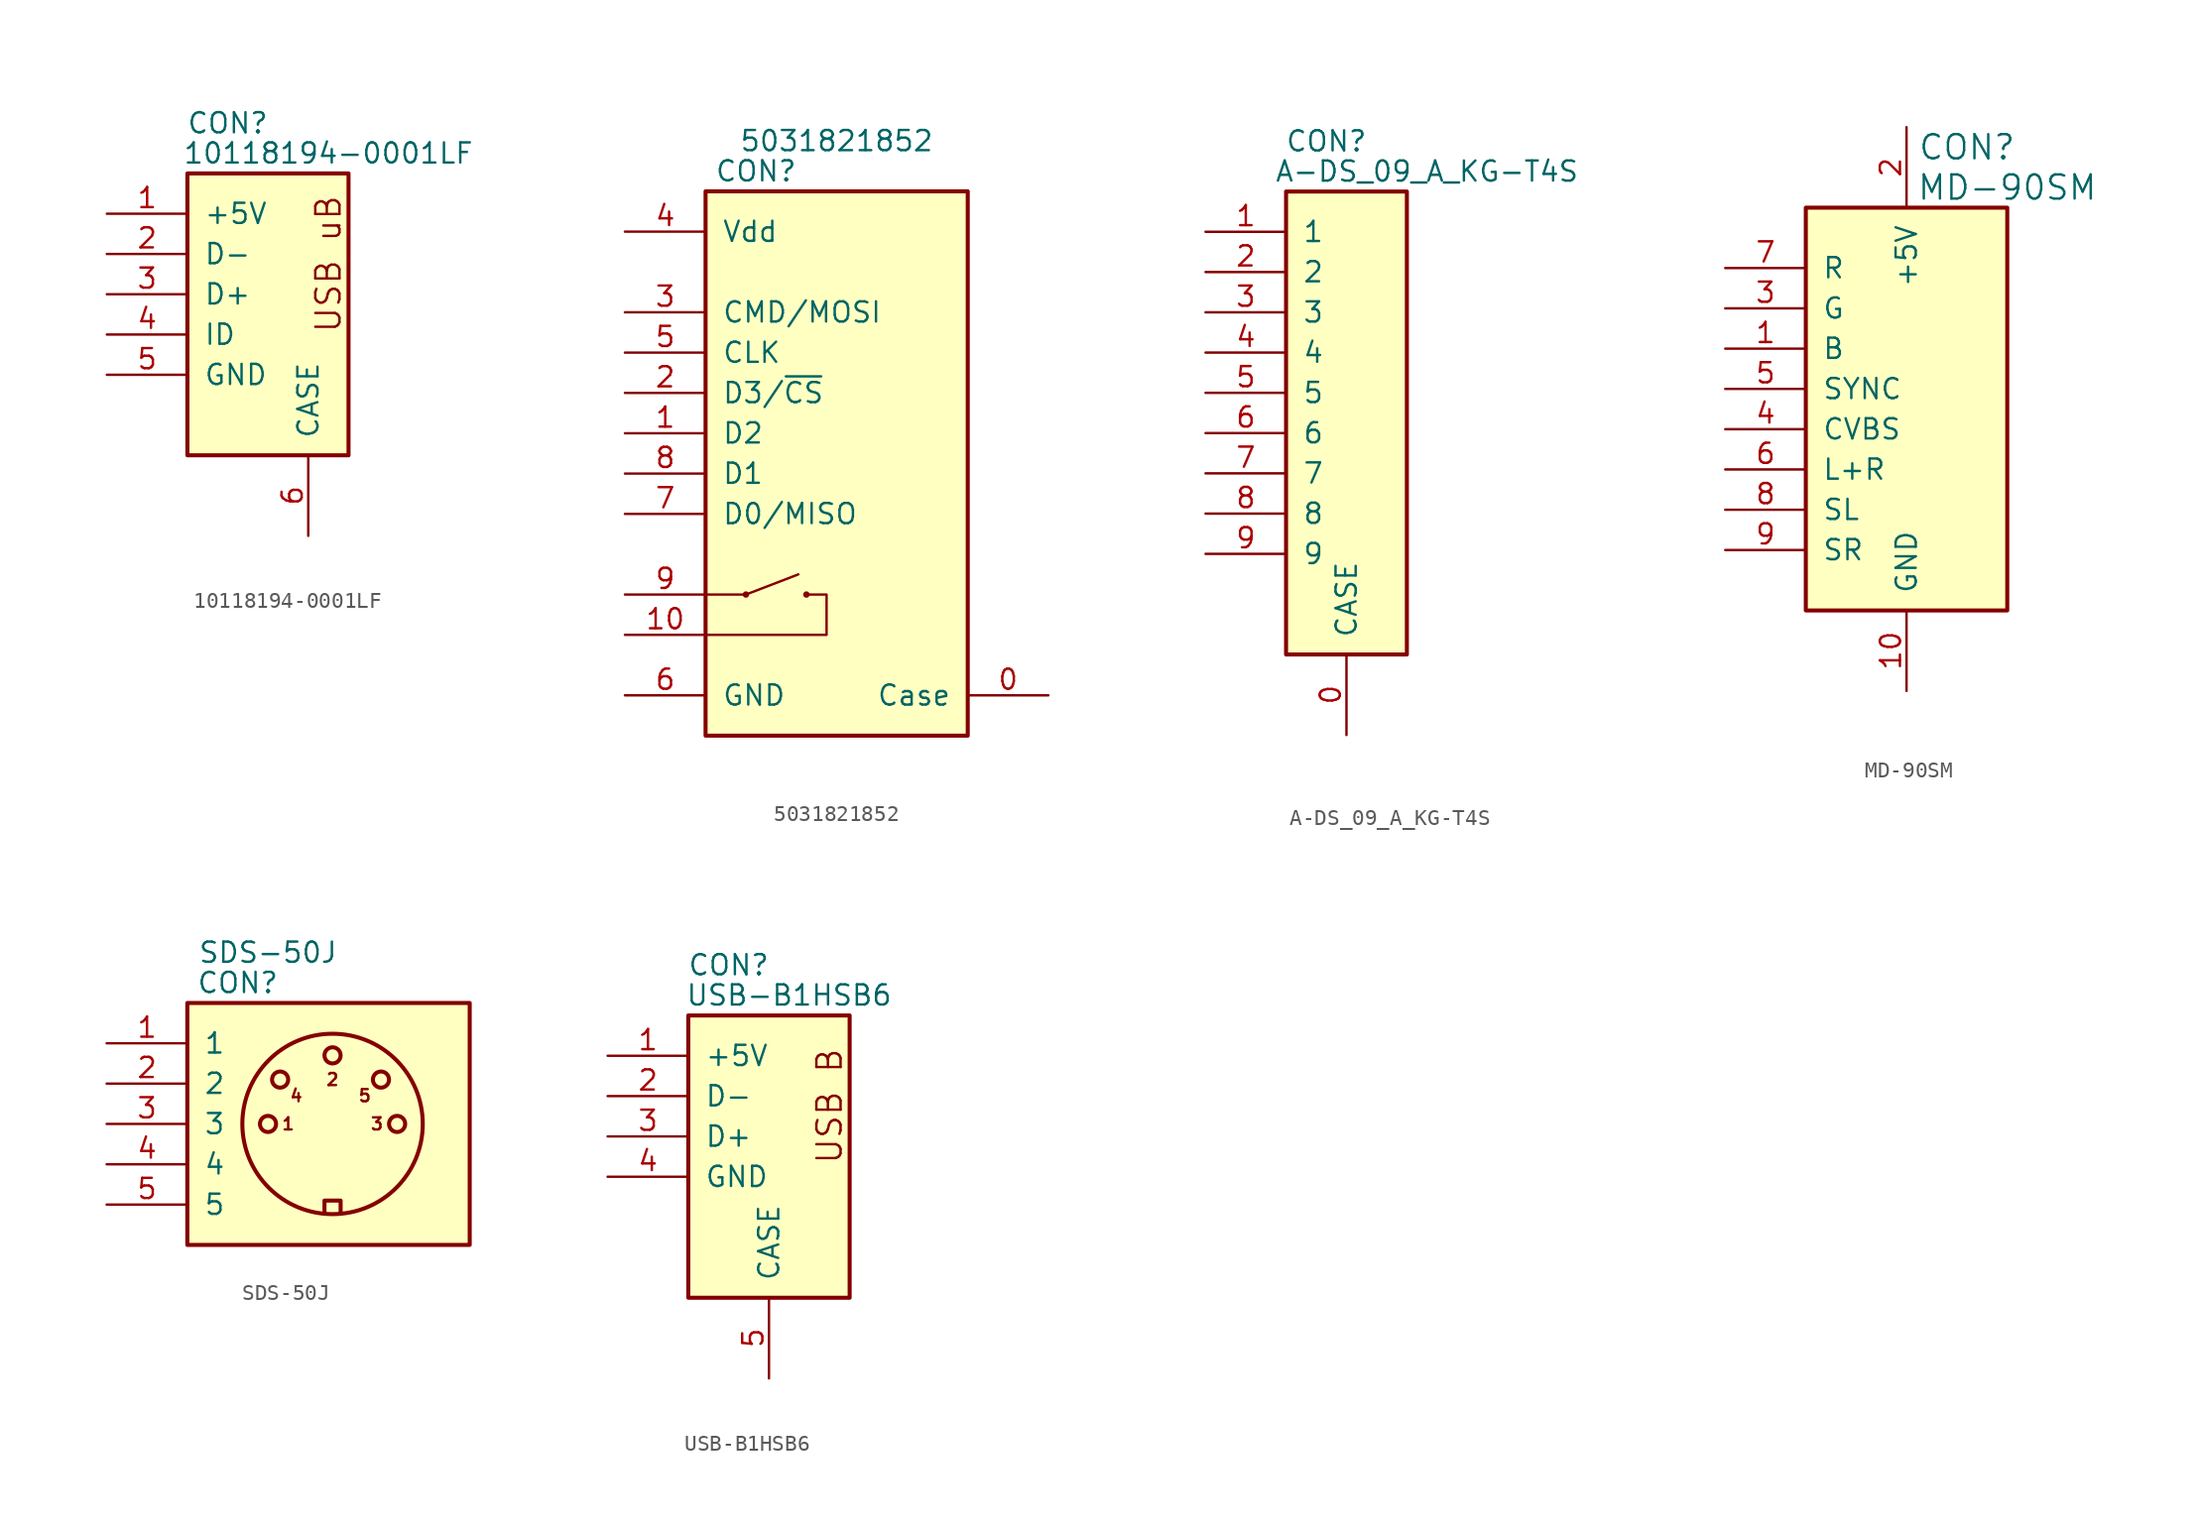
<source format=kicad_sym>
(kicad_symbol_lib
  (version 20220914)
  (generator kicad_symbol_editor)
  (symbol "10118194-0001LF"
    (pin_names
      (offset 1.016))
    (property "Reference" "CON"
      (at 2.54 3.175 0)
      (effects (font (size 1.27 1.27))))
    (property "Value" "10118194-0001LF"
      (at 8.89 1.27 0)
      (effects (font (size 1.27 1.27))))
    (symbol "10118194-0001LF_0_0"
      (rectangle (start 0 0) (end 10.16 -17.78) (stroke (width 0.254) (type default)) (fill (type background)))
      (text "USB uB" (at 8.89 -5.715 900) (effects (font (size 1.524 1.524)))))
    (symbol "10118194-0001LF_1_1"
      (pin passive line (at -5.08 -2.54 0) (length 5.08) (name "+5V" (effects (font (size 1.27 1.27)))) (number "1" (effects (font (size 1.27 1.27)))))
      (pin passive line (at -5.08 -5.08 0) (length 5.08) (name "D-" (effects (font (size 1.27 1.27)))) (number "2" (effects (font (size 1.27 1.27)))))
      (pin passive line (at -5.08 -7.62 0) (length 5.08) (name "D+" (effects (font (size 1.27 1.27)))) (number "3" (effects (font (size 1.27 1.27)))))
      (pin passive line (at -5.08 -10.16 0) (length 5.08) (name "ID" (effects (font (size 1.27 1.27)))) (number "4" (effects (font (size 1.27 1.27)))))
      (pin passive line (at -5.08 -12.7 0) (length 5.08) (name "GND" (effects (font (size 1.27 1.27)))) (number "5" (effects (font (size 1.27 1.27)))))
      (pin passive line (at 7.62 -22.86 90) (length 5.08) (name "CASE" (effects (font (size 1.27 1.27)))) (number "6" (effects (font (size 1.27 1.27)))))))
  (symbol "5031821852"
    (pin_names
      (offset 1.016))
    (property "Reference" "CON"
      (at 3.175 1.27 0)
      (effects (font (size 1.27 1.27))))
    (property "Value" "5031821852"
      (at 8.255 3.175 0)
      (effects (font (size 1.27 1.27))))
    (symbol "5031821852_0_1"
      (polyline (pts (xy 0 -25.4) (xy 2.54 -25.4)) (stroke (width 0) (type default)) (fill (type none)))
      (polyline (pts (xy 2.54 -25.4) (xy 5.842 -24.13)) (stroke (width 0) (type default)) (fill (type none)))
      (polyline (pts (xy 0 -27.94) (xy 7.62 -27.94) (xy 7.62 -25.4) (xy 6.35 -25.4)) (stroke (width 0) (type default)) (fill (type none)))
      (rectangle (start 0 0) (end 16.51 -34.29) (stroke (width 0.254) (type default)) (fill (type background)))
      (circle (center 2.54 -25.4) (radius 0.127) (stroke (width 0) (type default)) (fill (type none)))
      (circle (center 6.35 -25.4) (radius 0.127) (stroke (width 0) (type default)) (fill (type none))))
    (symbol "5031821852_1_1"
      (pin passive line (at 21.59 -31.75 180) (length 5.08) (name "Case" (effects (font (size 1.27 1.27)))) (number "0" (effects (font (size 1.27 1.27)))))
      (pin bidirectional line (at -5.08 -15.24 0) (length 5.08) (name "D2" (effects (font (size 1.27 1.27)))) (number "1" (effects (font (size 1.27 1.27)))))
      (pin passive line (at -5.08 -27.94 0) (length 5.08) (name "~" (effects (font (size 1.27 1.27)))) (number "10" (effects (font (size 1.27 1.27)))))
      (pin bidirectional line (at -5.08 -12.7 0) (length 5.08) (name "D3/~{CS}" (effects (font (size 1.27 1.27)))) (number "2" (effects (font (size 1.27 1.27)))))
      (pin input line (at -5.08 -7.62 0) (length 5.08) (name "CMD/MOSI" (effects (font (size 1.27 1.27)))) (number "3" (effects (font (size 1.27 1.27)))))
      (pin power_in line (at -5.08 -2.54 0) (length 5.08) (name "Vdd" (effects (font (size 1.27 1.27)))) (number "4" (effects (font (size 1.27 1.27)))))
      (pin input line (at -5.08 -10.16 0) (length 5.08) (name "CLK" (effects (font (size 1.27 1.27)))) (number "5" (effects (font (size 1.27 1.27)))))
      (pin power_in line (at -5.08 -31.75 0) (length 5.08) (name "GND" (effects (font (size 1.27 1.27)))) (number "6" (effects (font (size 1.27 1.27)))))
      (pin bidirectional line (at -5.08 -20.32 0) (length 5.08) (name "D0/MISO" (effects (font (size 1.27 1.27)))) (number "7" (effects (font (size 1.27 1.27)))))
      (pin bidirectional line (at -5.08 -17.78 0) (length 5.08) (name "D1" (effects (font (size 1.27 1.27)))) (number "8" (effects (font (size 1.27 1.27)))))
      (pin passive line (at -5.08 -25.4 0) (length 5.08) (name "~" (effects (font (size 1.27 1.27)))) (number "9" (effects (font (size 1.27 1.27)))))))
  (symbol "A-DS_09_A_KG-T4S"
    (pin_names
      (offset 1.016))
    (property "Reference" "CON"
      (at 2.54 3.175 0)
      (effects (font (size 1.27 1.27))))
    (property "Value" "A-DS_09_A_KG-T4S"
      (at 8.89 1.27 0)
      (effects (font (size 1.27 1.27))))
    (symbol "A-DS_09_A_KG-T4S_0_0"
      (rectangle (start 0 0) (end 7.62 -29.21) (stroke (width 0.254) (type default)) (fill (type background))))
    (symbol "A-DS_09_A_KG-T4S_1_1"
      (pin power_in line (at 3.81 -34.29 90) (length 5.08) (name "CASE" (effects (font (size 1.27 1.27)))) (number "0" (effects (font (size 1.27 1.27)))))
      (pin passive line (at -5.08 -2.54 0) (length 5.08) (name "1" (effects (font (size 1.27 1.27)))) (number "1" (effects (font (size 1.27 1.27)))))
      (pin passive line (at -5.08 -5.08 0) (length 5.08) (name "2" (effects (font (size 1.27 1.27)))) (number "2" (effects (font (size 1.27 1.27)))))
      (pin passive line (at -5.08 -7.62 0) (length 5.08) (name "3" (effects (font (size 1.27 1.27)))) (number "3" (effects (font (size 1.27 1.27)))))
      (pin passive line (at -5.08 -10.16 0) (length 5.08) (name "4" (effects (font (size 1.27 1.27)))) (number "4" (effects (font (size 1.27 1.27)))))
      (pin passive line (at -5.08 -12.7 0) (length 5.08) (name "5" (effects (font (size 1.27 1.27)))) (number "5" (effects (font (size 1.27 1.27)))))
      (pin passive line (at -5.08 -15.24 0) (length 5.08) (name "6" (effects (font (size 1.27 1.27)))) (number "6" (effects (font (size 1.27 1.27)))))
      (pin passive line (at -5.08 -17.78 0) (length 5.08) (name "7" (effects (font (size 1.27 1.27)))) (number "7" (effects (font (size 1.27 1.27)))))
      (pin passive line (at -5.08 -20.32 0) (length 5.08) (name "8" (effects (font (size 1.27 1.27)))) (number "8" (effects (font (size 1.27 1.27)))))
      (pin passive line (at -5.08 -22.86 0) (length 5.08) (name "9" (effects (font (size 1.27 1.27)))) (number "9" (effects (font (size 1.27 1.27)))))))
  (symbol "MD-90SM"
    (pin_names
      (offset 1.016))
    (property "Reference" "CON"
      (at 10.16 3.81 0)
      (effects (font (size 1.524 1.524))))
    (property "Value" "MD-90SM"
      (at 12.7 1.27 0)
      (effects (font (size 1.524 1.524))))
    (symbol "MD-90SM_0_1"
      (rectangle (start 0 0) (end 12.7 -25.4) (stroke (width 0.254) (type default)) (fill (type background))))
    (symbol "MD-90SM_1_1"
      (pin input line (at -5.08 -8.89 0) (length 5.08) (name "B" (effects (font (size 1.27 1.27)))) (number "1" (effects (font (size 1.27 1.27)))))
      (pin power_in line (at 6.35 -30.48 90) (length 5.08) (name "GND" (effects (font (size 1.27 1.27)))) (number "10" (effects (font (size 1.27 1.27)))))
      (pin power_in line (at 6.35 5.08 270) (length 5.08) (name "+5V" (effects (font (size 1.27 1.27)))) (number "2" (effects (font (size 1.27 1.27)))))
      (pin input line (at -5.08 -6.35 0) (length 5.08) (name "G" (effects (font (size 1.27 1.27)))) (number "3" (effects (font (size 1.27 1.27)))))
      (pin input line (at -5.08 -13.97 0) (length 5.08) (name "CVBS" (effects (font (size 1.27 1.27)))) (number "4" (effects (font (size 1.27 1.27)))))
      (pin input line (at -5.08 -11.43 0) (length 5.08) (name "SYNC" (effects (font (size 1.27 1.27)))) (number "5" (effects (font (size 1.27 1.27)))))
      (pin input line (at -5.08 -16.51 0) (length 5.08) (name "L+R" (effects (font (size 1.27 1.27)))) (number "6" (effects (font (size 1.27 1.27)))))
      (pin input line (at -5.08 -3.81 0) (length 5.08) (name "R" (effects (font (size 1.27 1.27)))) (number "7" (effects (font (size 1.27 1.27)))))
      (pin input line (at -5.08 -19.05 0) (length 5.08) (name "SL" (effects (font (size 1.27 1.27)))) (number "8" (effects (font (size 1.27 1.27)))))
      (pin input line (at -5.08 -21.59 0) (length 5.08) (name "SR" (effects (font (size 1.27 1.27)))) (number "9" (effects (font (size 1.27 1.27)))))))
  (symbol "SDS-50J"
    (pin_names
      (offset 1.016))
    (property "Reference" "CON"
      (at 3.175 1.27 0)
      (effects (font (size 1.27 1.27))))
    (property "Value" "SDS-50J"
      (at 5.08 3.175 0)
      (effects (font (size 1.27 1.27))))
    (symbol "SDS-50J_0_1"
      (rectangle (start 0 0) (end 17.78 -15.24) (stroke (width 0.254) (type default)) (fill (type background))))
    (symbol "SDS-50J_1_1"
      (polyline (pts (xy 8.636 -13.208) (xy 8.636 -12.446) (xy 9.652 -12.446) (xy 9.652 -13.208)) (stroke (width 0.254) (type default)) (fill (type none)))
      (circle (center 5.08 -7.62) (radius 0.508) (stroke (width 0.254) (type default)) (fill (type none)))
      (circle (center 5.842 -4.826) (radius 0.508) (stroke (width 0.254) (type default)) (fill (type none)))
      (circle (center 9.144 -7.62) (radius 5.68) (stroke (width 0.254) (type default)) (fill (type background)))
      (circle (center 9.144 -3.302) (radius 0.508) (stroke (width 0.254) (type default)) (fill (type none)))
      (circle (center 12.192 -4.826) (radius 0.508) (stroke (width 0.254) (type default)) (fill (type none)))
      (circle (center 13.208 -7.62) (radius 0.508) (stroke (width 0.254) (type default)) (fill (type none)))
      (text "1" (at 6.35 -7.62 0) (effects (font (size 0.762 0.762))))
      (text "2" (at 9.144 -4.826 0) (effects (font (size 0.762 0.762))))
      (text "3" (at 11.938 -7.62 0) (effects (font (size 0.762 0.762))))
      (text "4\n" (at 6.858 -5.842 0) (effects (font (size 0.762 0.762))))
      (text "5" (at 11.176 -5.842 0) (effects (font (size 0.762 0.762))))
      (pin passive line (at -5.08 -2.54 0) (length 5.08) (name "1" (effects (font (size 1.27 1.27)))) (number "1" (effects (font (size 1.27 1.27)))))
      (pin passive line (at -5.08 -5.08 0) (length 5.08) (name "2" (effects (font (size 1.27 1.27)))) (number "2" (effects (font (size 1.27 1.27)))))
      (pin passive line (at -5.08 -7.62 0) (length 5.08) (name "3" (effects (font (size 1.27 1.27)))) (number "3" (effects (font (size 1.27 1.27)))))
      (pin passive line (at -5.08 -10.16 0) (length 5.08) (name "4" (effects (font (size 1.27 1.27)))) (number "4" (effects (font (size 1.27 1.27)))))
      (pin passive line (at -5.08 -12.7 0) (length 5.08) (name "5" (effects (font (size 1.27 1.27)))) (number "5" (effects (font (size 1.27 1.27)))))))
  (symbol "USB-B1HSB6"
    (pin_names
      (offset 1.016))
    (property "Reference" "CON"
      (at 2.54 3.175 0)
      (effects (font (size 1.27 1.27))))
    (property "Value" "USB-B1HSB6"
      (at 6.35 1.27 0)
      (effects (font (size 1.27 1.27))))
    (symbol "USB-B1HSB6_0_0"
      (rectangle (start 0 0) (end 10.16 -17.78) (stroke (width 0.254) (type default)) (fill (type background)))
      (text "USB B" (at 8.89 -5.715 900) (effects (font (size 1.524 1.524)))))
    (symbol "USB-B1HSB6_1_1"
      (pin passive line (at -5.08 -2.54 0) (length 5.08) (name "+5V" (effects (font (size 1.27 1.27)))) (number "1" (effects (font (size 1.27 1.27)))))
      (pin passive line (at -5.08 -5.08 0) (length 5.08) (name "D-" (effects (font (size 1.27 1.27)))) (number "2" (effects (font (size 1.27 1.27)))))
      (pin passive line (at -5.08 -7.62 0) (length 5.08) (name "D+" (effects (font (size 1.27 1.27)))) (number "3" (effects (font (size 1.27 1.27)))))
      (pin passive line (at -5.08 -10.16 0) (length 5.08) (name "GND" (effects (font (size 1.27 1.27)))) (number "4" (effects (font (size 1.27 1.27)))))
      (pin passive line (at 5.08 -22.86 90) (length 5.08) (name "CASE" (effects (font (size 1.27 1.27)))) (number "5" (effects (font (size 1.27 1.27))))))))
</source>
